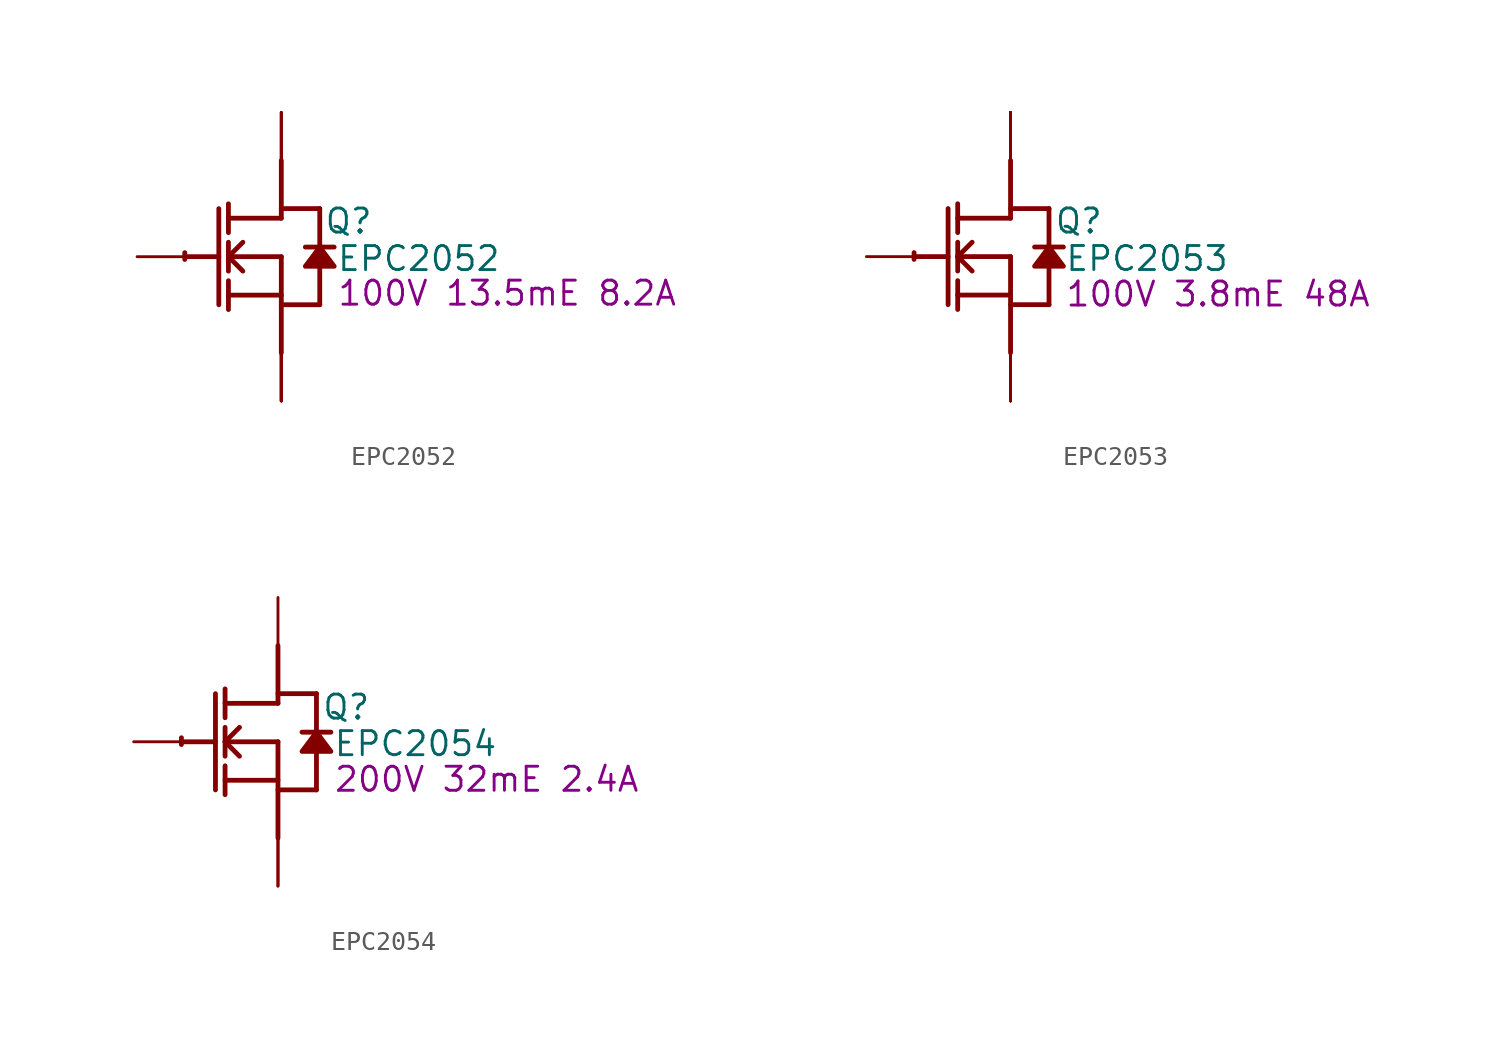
<source format=kicad_sym>
(kicad_symbol_lib
  (version 20220914)
  (generator kicad_symbol_editor)
  (symbol "EPC2052"
    (property "Reference" "Q"
      (at 3.556 1.88 0)
      (effects (font (size 1.27 1.27))))
    (property "Value" "EPC2052"
      (at 7.264 -0.102 0)
      (effects (font (size 1.27 1.27))))
    (property "Description" "100V 13.5mE 8.2A"
      (at 11.938 -1.93 0)
      (effects (font (size 1.27 1.27))))
    (symbol "EPC2052_1_0"
      (arc (start -5.0996 0.2128) (mid -5.1039 0.0331) (end -5.1019 -0.1467) (stroke (width 0.254) (type solid)) (fill (type none)))
      (polyline (pts (xy -5.08 0) (xy -3.302 0)) (stroke (width 0.254) (type solid)) (fill (type none)))
      (polyline (pts (xy -3.302 2.54) (xy -3.302 -2.54)) (stroke (width 0.254) (type solid)) (fill (type none)))
      (polyline (pts (xy -2.794 -2.794) (xy -2.794 -1.27)) (stroke (width 0.254) (type solid)) (fill (type none)))
      (polyline (pts (xy -2.794 -2.032) (xy 0 -2.032)) (stroke (width 0.254) (type solid)) (fill (type none)))
      (polyline (pts (xy -2.794 -0.762) (xy -2.794 0.762)) (stroke (width 0.254) (type solid)) (fill (type none)))
      (polyline (pts (xy -2.794 0) (xy -2.032 0.762)) (stroke (width 0.254) (type solid)) (fill (type none)))
      (polyline (pts (xy -2.794 0) (xy 0 0)) (stroke (width 0.254) (type solid)) (fill (type none)))
      (polyline (pts (xy -2.794 1.27) (xy -2.794 2.794)) (stroke (width 0.254) (type solid)) (fill (type none)))
      (polyline (pts (xy -2.032 -0.762) (xy -2.794 0)) (stroke (width 0.254) (type solid)) (fill (type none)))
      (polyline (pts (xy 0 -2.54) (xy 2.032 -2.54)) (stroke (width 0.254) (type solid)) (fill (type none)))
      (polyline (pts (xy 0 0) (xy 0 -5.08)) (stroke (width 0.254) (type solid)) (fill (type none)))
      (polyline (pts (xy 0 2.032) (xy -2.794 2.032)) (stroke (width 0.254) (type solid)) (fill (type none)))
      (polyline (pts (xy 0 2.032) (xy 0 5.08)) (stroke (width 0.254) (type solid)) (fill (type none)))
      (polyline (pts (xy 0 2.54) (xy 2.032 2.54)) (stroke (width 0.254) (type solid)) (fill (type none)))
      (polyline (pts (xy 2.032 -0.508) (xy 2.032 -2.54)) (stroke (width 0.254) (type solid)) (fill (type none)))
      (polyline (pts (xy 2.032 2.54) (xy 2.032 0.508)) (stroke (width 0.254) (type solid)) (fill (type none)))
      (polyline (pts (xy 2.794 0.508) (xy 1.27 0.508)) (stroke (width 0.254) (type solid)) (fill (type none)))
      (polyline (pts (xy 2.032 0.508) (xy 1.27 -0.508) (xy 2.794 -0.508) (xy 2.032 0.508)) (stroke (width 0.254) (type solid)) (fill (type outline)))
      (pin passive line (at -7.62 0 0) (length 2.54) (name "G" (effects (font (size 0 0)))) (number "1" (effects (font (size 0 0)))))
      (pin open_emitter line (at 0 -7.62 90) (length 2.54) (name "S1" (effects (font (size 0 0)))) (number "2" (effects (font (size 0 0)))))
      (pin open_emitter line (at 0 -7.62 90) (length 2.54) (name "S2" (effects (font (size 0 0)))) (number "3" (effects (font (size 0 0)))))
      (pin open_collector line (at 0 7.62 270) (length 2.54) (name "D1" (effects (font (size 0 0)))) (number "4" (effects (font (size 0 0)))))
      (pin open_collector line (at 0 7.62 270) (length 2.54) (name "D2" (effects (font (size 0 0)))) (number "5" (effects (font (size 0 0)))))
      (pin open_collector line (at 0 7.62 270) (length 2.54) (name "D3" (effects (font (size 0 0)))) (number "6" (effects (font (size 0 0)))))
      (pin open_emitter line (at 0 -7.62 90) (length 2.54) (name "S3" (effects (font (size 0 0)))) (number "7" (effects (font (size 0 0)))))
      (pin open_emitter line (at 0 -7.62 90) (length 2.54) (name "S5" (effects (font (size 0 0)))) (number "8" (effects (font (size 0 0)))))
      (pin open_emitter line (at 0 -7.62 90) (length 2.54) (name "S4" (effects (font (size 0 0)))) (number "9" (effects (font (size 0 0)))))))
  (symbol "EPC2053"
    (property "Reference" "Q"
      (at 3.607 1.88 0)
      (effects (font (size 1.27 1.27))))
    (property "Value" "EPC2053"
      (at 7.214 -0.102 0)
      (effects (font (size 1.27 1.27))))
    (property "Description" "100V 3.8mE 48A"
      (at 10.973 -1.981 0)
      (effects (font (size 1.27 1.27))))
    (symbol "EPC2053_1_0"
      (arc (start -5.0996 0.2128) (mid -5.1039 0.0331) (end -5.1019 -0.1467) (stroke (width 0.254) (type solid)) (fill (type none)))
      (polyline (pts (xy -5.08 0) (xy -3.302 0)) (stroke (width 0.254) (type solid)) (fill (type none)))
      (polyline (pts (xy -3.302 2.54) (xy -3.302 -2.54)) (stroke (width 0.254) (type solid)) (fill (type none)))
      (polyline (pts (xy -2.794 -2.794) (xy -2.794 -1.27)) (stroke (width 0.254) (type solid)) (fill (type none)))
      (polyline (pts (xy -2.794 -2.032) (xy 0 -2.032)) (stroke (width 0.254) (type solid)) (fill (type none)))
      (polyline (pts (xy -2.794 -0.762) (xy -2.794 0.762)) (stroke (width 0.254) (type solid)) (fill (type none)))
      (polyline (pts (xy -2.794 0) (xy -2.032 0.762)) (stroke (width 0.254) (type solid)) (fill (type none)))
      (polyline (pts (xy -2.794 0) (xy 0 0)) (stroke (width 0.254) (type solid)) (fill (type none)))
      (polyline (pts (xy -2.794 1.27) (xy -2.794 2.794)) (stroke (width 0.254) (type solid)) (fill (type none)))
      (polyline (pts (xy -2.032 -0.762) (xy -2.794 0)) (stroke (width 0.254) (type solid)) (fill (type none)))
      (polyline (pts (xy 0 -2.54) (xy 2.032 -2.54)) (stroke (width 0.254) (type solid)) (fill (type none)))
      (polyline (pts (xy 0 0) (xy 0 -5.08)) (stroke (width 0.254) (type solid)) (fill (type none)))
      (polyline (pts (xy 0 2.032) (xy -2.794 2.032)) (stroke (width 0.254) (type solid)) (fill (type none)))
      (polyline (pts (xy 0 2.032) (xy 0 5.08)) (stroke (width 0.254) (type solid)) (fill (type none)))
      (polyline (pts (xy 0 2.54) (xy 2.032 2.54)) (stroke (width 0.254) (type solid)) (fill (type none)))
      (polyline (pts (xy 2.032 -0.508) (xy 2.032 -2.54)) (stroke (width 0.254) (type solid)) (fill (type none)))
      (polyline (pts (xy 2.032 2.54) (xy 2.032 0.508)) (stroke (width 0.254) (type solid)) (fill (type none)))
      (polyline (pts (xy 2.794 0.508) (xy 1.27 0.508)) (stroke (width 0.254) (type solid)) (fill (type none)))
      (polyline (pts (xy 2.032 0.508) (xy 1.27 -0.508) (xy 2.794 -0.508) (xy 2.032 0.508)) (stroke (width 0.254) (type solid)) (fill (type outline)))
      (pin passive line (at -7.62 0 0) (length 2.54) (name "G" (effects (font (size 0 0)))) (number "1" (effects (font (size 0 0)))))
      (pin open_emitter line (at 0 -7.62 90) (length 2.54) (name "S5" (effects (font (size 0 0)))) (number "10" (effects (font (size 0 0)))))
      (pin open_emitter line (at 0 -7.62 90) (length 2.54) (name "S6" (effects (font (size 0 0)))) (number "11" (effects (font (size 0 0)))))
      (pin open_emitter line (at 0 -7.62 90) (length 2.54) (name "S7" (effects (font (size 0 0)))) (number "12" (effects (font (size 0 0)))))
      (pin open_collector line (at 0 7.62 270) (length 2.54) (name "D5" (effects (font (size 0 0)))) (number "13" (effects (font (size 0 0)))))
      (pin open_collector line (at 0 7.62 270) (length 2.54) (name "D6" (effects (font (size 0 0)))) (number "14" (effects (font (size 0 0)))))
      (pin open_collector line (at 0 7.62 270) (length 2.54) (name "D7" (effects (font (size 0 0)))) (number "15" (effects (font (size 0 0)))))
      (pin open_collector line (at 0 7.62 270) (length 2.54) (name "D8" (effects (font (size 0 0)))) (number "16" (effects (font (size 0 0)))))
      (pin open_emitter line (at 0 -7.62 90) (length 2.54) (name "S8" (effects (font (size 0 0)))) (number "17" (effects (font (size 0 0)))))
      (pin open_emitter line (at 0 -7.62 90) (length 2.54) (name "S9" (effects (font (size 0 0)))) (number "18" (effects (font (size 0 0)))))
      (pin open_emitter line (at 0 -7.62 90) (length 2.54) (name "S10" (effects (font (size 0 0)))) (number "19" (effects (font (size 0 0)))))
      (pin open_emitter line (at 0 -7.62 90) (length 2.54) (name "S1" (effects (font (size 0 0)))) (number "2" (effects (font (size 0 0)))))
      (pin open_emitter line (at 0 -7.62 90) (length 2.54) (name "S11" (effects (font (size 0 0)))) (number "20" (effects (font (size 0 0)))))
      (pin open_collector line (at 0 7.62 270) (length 2.54) (name "D9" (effects (font (size 0 0)))) (number "21" (effects (font (size 0 0)))))
      (pin open_collector line (at 0 7.62 270) (length 2.54) (name "D10" (effects (font (size 0 0)))) (number "22" (effects (font (size 0 0)))))
      (pin open_collector line (at 0 7.62 270) (length 2.54) (name "D11" (effects (font (size 0 0)))) (number "23" (effects (font (size 0 0)))))
      (pin open_collector line (at 0 7.62 270) (length 2.54) (name "D12" (effects (font (size 0 0)))) (number "24" (effects (font (size 0 0)))))
      (pin open_emitter line (at 0 -7.62 90) (length 2.54) (name "S12" (effects (font (size 0 0)))) (number "25" (effects (font (size 0 0)))))
      (pin open_emitter line (at 0 -7.62 90) (length 2.54) (name "S13" (effects (font (size 0 0)))) (number "26" (effects (font (size 0 0)))))
      (pin open_emitter line (at 0 -7.62 90) (length 2.54) (name "S14" (effects (font (size 0 0)))) (number "27" (effects (font (size 0 0)))))
      (pin open_emitter line (at 0 -7.62 90) (length 2.54) (name "S15" (effects (font (size 0 0)))) (number "28" (effects (font (size 0 0)))))
      (pin open_emitter line (at 0 -7.62 90) (length 2.54) (name "S2" (effects (font (size 0 0)))) (number "3" (effects (font (size 0 0)))))
      (pin open_emitter line (at 0 -7.62 90) (length 2.54) (name "S3" (effects (font (size 0 0)))) (number "4" (effects (font (size 0 0)))))
      (pin open_collector line (at 0 7.62 270) (length 2.54) (name "D1" (effects (font (size 0 0)))) (number "5" (effects (font (size 0 0)))))
      (pin open_collector line (at 0 7.62 270) (length 2.54) (name "D2" (effects (font (size 0 0)))) (number "6" (effects (font (size 0 0)))))
      (pin open_collector line (at 0 7.62 270) (length 2.54) (name "D3" (effects (font (size 0 0)))) (number "7" (effects (font (size 0 0)))))
      (pin open_collector line (at 0 7.62 270) (length 2.54) (name "D4" (effects (font (size 0 0)))) (number "8" (effects (font (size 0 0)))))
      (pin open_emitter line (at 0 -7.62 90) (length 2.54) (name "S4" (effects (font (size 0 0)))) (number "9" (effects (font (size 0 0)))))))
  (symbol "EPC2054"
    (property "Reference" "Q"
      (at 3.607 1.829 0)
      (effects (font (size 1.27 1.27))))
    (property "Value" "EPC2054"
      (at 7.264 -0.102 0)
      (effects (font (size 1.27 1.27))))
    (property "Description" "200V 32mE 2.4A"
      (at 11.024 -1.981 0)
      (effects (font (size 1.27 1.27))))
    (symbol "EPC2054_1_0"
      (arc (start -5.0996 0.2128) (mid -5.1039 0.0331) (end -5.1019 -0.1467) (stroke (width 0.254) (type solid)) (fill (type none)))
      (polyline (pts (xy -5.08 0) (xy -3.302 0)) (stroke (width 0.254) (type solid)) (fill (type none)))
      (polyline (pts (xy -3.302 2.54) (xy -3.302 -2.54)) (stroke (width 0.254) (type solid)) (fill (type none)))
      (polyline (pts (xy -2.794 -2.794) (xy -2.794 -1.27)) (stroke (width 0.254) (type solid)) (fill (type none)))
      (polyline (pts (xy -2.794 -2.032) (xy 0 -2.032)) (stroke (width 0.254) (type solid)) (fill (type none)))
      (polyline (pts (xy -2.794 -0.762) (xy -2.794 0.762)) (stroke (width 0.254) (type solid)) (fill (type none)))
      (polyline (pts (xy -2.794 0) (xy -2.032 0.762)) (stroke (width 0.254) (type solid)) (fill (type none)))
      (polyline (pts (xy -2.794 0) (xy 0 0)) (stroke (width 0.254) (type solid)) (fill (type none)))
      (polyline (pts (xy -2.794 1.27) (xy -2.794 2.794)) (stroke (width 0.254) (type solid)) (fill (type none)))
      (polyline (pts (xy -2.032 -0.762) (xy -2.794 0)) (stroke (width 0.254) (type solid)) (fill (type none)))
      (polyline (pts (xy 0 -2.54) (xy 2.032 -2.54)) (stroke (width 0.254) (type solid)) (fill (type none)))
      (polyline (pts (xy 0 0) (xy 0 -5.08)) (stroke (width 0.254) (type solid)) (fill (type none)))
      (polyline (pts (xy 0 2.032) (xy -2.794 2.032)) (stroke (width 0.254) (type solid)) (fill (type none)))
      (polyline (pts (xy 0 2.032) (xy 0 5.08)) (stroke (width 0.254) (type solid)) (fill (type none)))
      (polyline (pts (xy 0 2.54) (xy 2.032 2.54)) (stroke (width 0.254) (type solid)) (fill (type none)))
      (polyline (pts (xy 2.032 -0.508) (xy 2.032 -2.54)) (stroke (width 0.254) (type solid)) (fill (type none)))
      (polyline (pts (xy 2.032 2.54) (xy 2.032 0.508)) (stroke (width 0.254) (type solid)) (fill (type none)))
      (polyline (pts (xy 2.794 0.508) (xy 1.27 0.508)) (stroke (width 0.254) (type solid)) (fill (type none)))
      (polyline (pts (xy 2.032 0.508) (xy 1.27 -0.508) (xy 2.794 -0.508) (xy 2.032 0.508)) (stroke (width 0.254) (type solid)) (fill (type outline)))
      (pin passive line (at -7.62 0 0) (length 2.54) (name "G" (effects (font (size 0 0)))) (number "1" (effects (font (size 0 0)))))
      (pin open_emitter line (at 0 -7.62 90) (length 2.54) (name "S1" (effects (font (size 0 0)))) (number "2" (effects (font (size 0 0)))))
      (pin open_collector line (at 0 7.62 270) (length 2.54) (name "D" (effects (font (size 0 0)))) (number "3" (effects (font (size 0 0)))))
      (pin open_emitter line (at 0 -7.62 90) (length 2.54) (name "S2" (effects (font (size 0 0)))) (number "4" (effects (font (size 0 0))))))))
</source>
